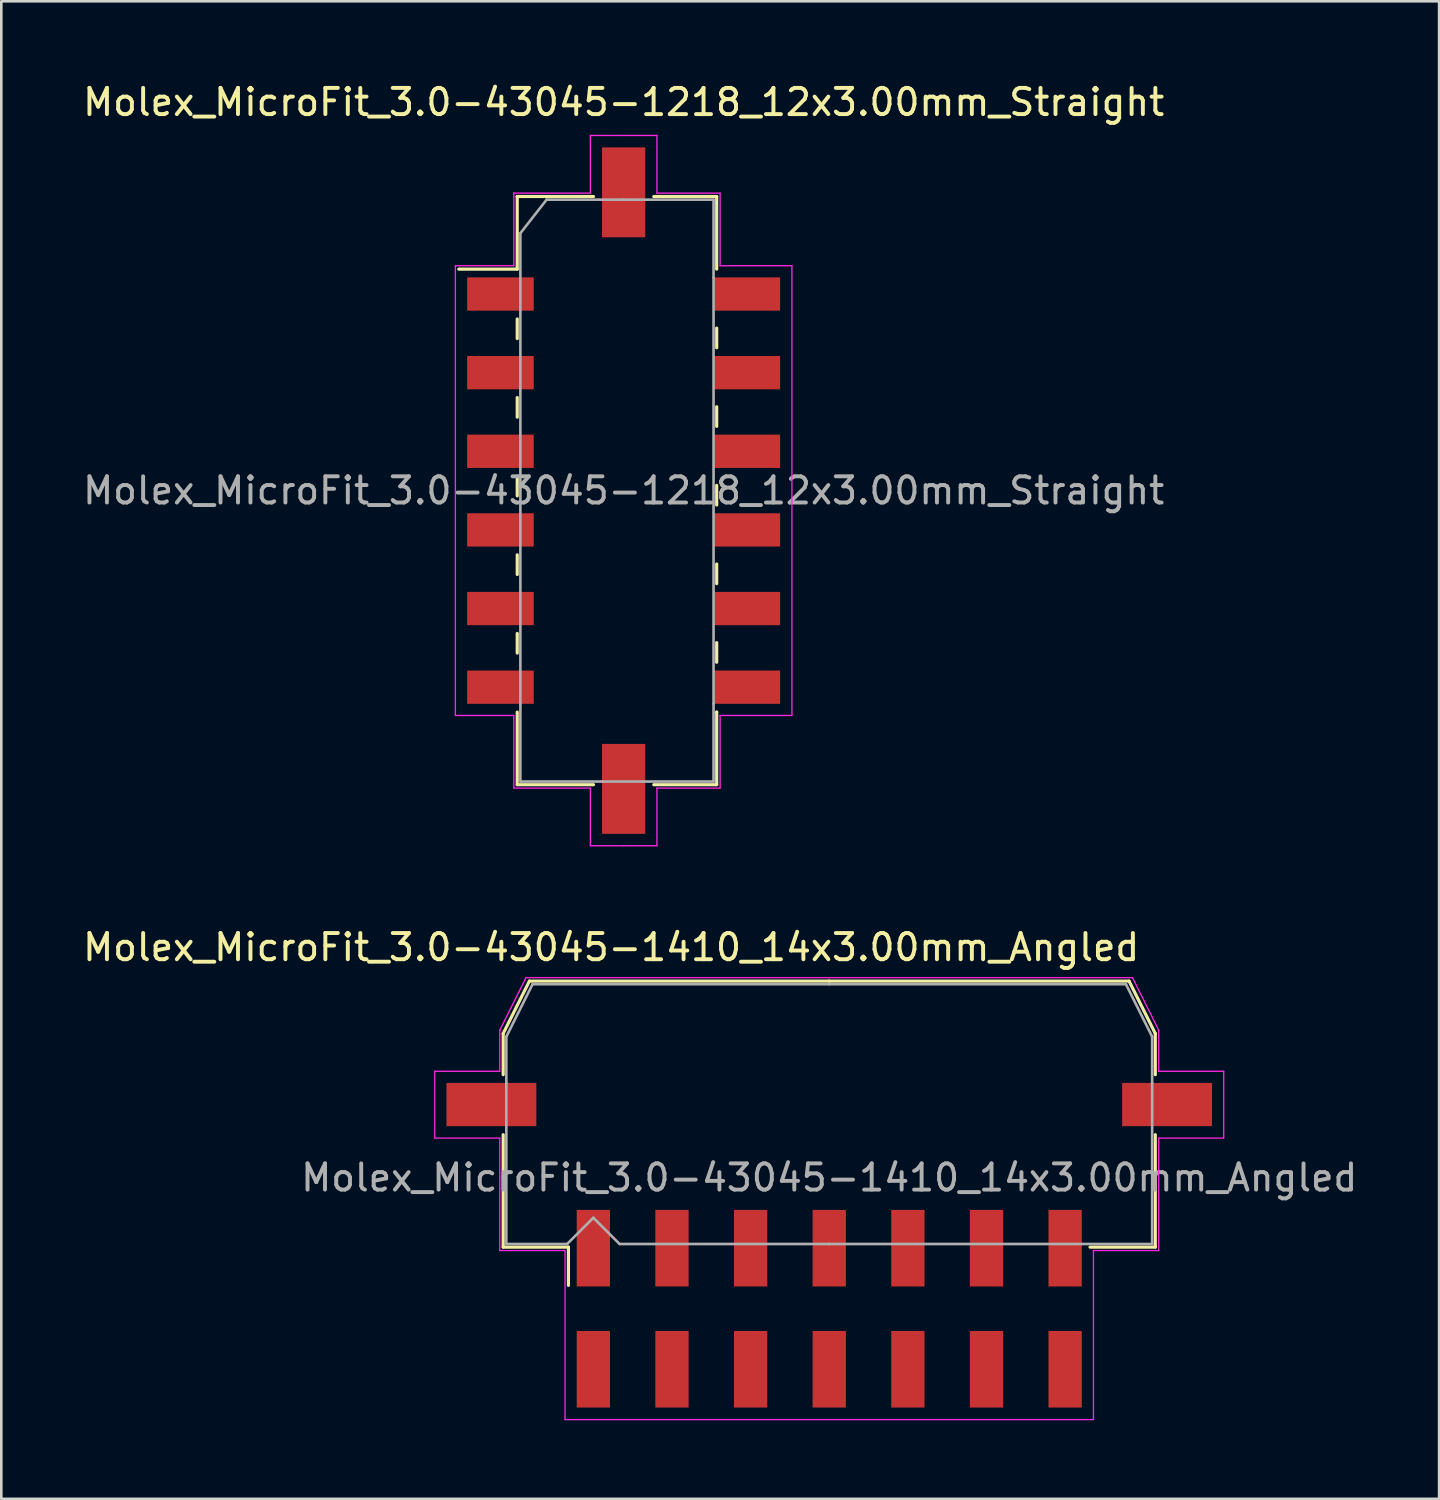
<source format=kicad_pcb>
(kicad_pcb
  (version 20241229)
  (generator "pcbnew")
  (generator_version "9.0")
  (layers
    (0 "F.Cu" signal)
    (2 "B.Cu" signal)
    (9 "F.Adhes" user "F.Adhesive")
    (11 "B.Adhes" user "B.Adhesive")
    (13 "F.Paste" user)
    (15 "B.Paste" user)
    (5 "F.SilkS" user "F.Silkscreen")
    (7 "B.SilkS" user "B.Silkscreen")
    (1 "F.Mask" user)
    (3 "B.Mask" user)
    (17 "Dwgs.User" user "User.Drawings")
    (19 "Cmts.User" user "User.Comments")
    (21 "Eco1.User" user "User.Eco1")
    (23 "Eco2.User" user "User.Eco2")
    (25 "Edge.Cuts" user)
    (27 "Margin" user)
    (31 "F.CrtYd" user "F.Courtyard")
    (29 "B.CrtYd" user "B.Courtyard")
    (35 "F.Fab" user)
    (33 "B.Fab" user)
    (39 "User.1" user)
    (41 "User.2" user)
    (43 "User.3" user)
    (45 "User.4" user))
  (footprint "Molex_MicroFit_3.0-43045-1218_12x3.00mm_Straight"
    (layer "F.Cu")
    (at 20.744 15.668)
    (property "Reference" "Molex_MicroFit_3.0-43045-1218_12x3.00mm_Straight" (at 0 -14.82 0) (layer "F.SilkS") (effects (font (size 1 1) (thickness 0.15))))
    (attr smd)
    (fp_line (start -6.29 -8.45) (end -4.06 -8.45) (stroke (width 0.12) (type solid)) (layer "F.SilkS"))
    (fp_line (start -4.06 -11.22) (end -4.06 -11.22) (stroke (width 0.12) (type solid)) (layer "F.SilkS"))
    (fp_line (start -4.06 -11.22) (end -1.15 -11.22) (stroke (width 0.12) (type solid)) (layer "F.SilkS"))
    (fp_line (start -4.06 -8.45) (end -4.06 -11.22) (stroke (width 0.12) (type solid)) (layer "F.SilkS"))
    (fp_line (start -4.06 -6.55) (end -4.06 -5.8) (stroke (width 0.12) (type solid)) (layer "F.SilkS"))
    (fp_line (start -4.06 -3.55) (end -4.06 -2.8) (stroke (width 0.12) (type solid)) (layer "F.SilkS"))
    (fp_line (start -4.06 -0.55) (end -4.06 0.2) (stroke (width 0.12) (type solid)) (layer "F.SilkS"))
    (fp_line (start -4.06 2.45) (end -4.06 3.2) (stroke (width 0.12) (type solid)) (layer "F.SilkS"))
    (fp_line (start -4.06 5.45) (end -4.06 6.2) (stroke (width 0.12) (type solid)) (layer "F.SilkS"))
    (fp_line (start -4.06 11.22) (end -4.06 8.45) (stroke (width 0.12) (type solid)) (layer "F.SilkS"))
    (fp_line (start -1.15 11.22) (end -4.06 11.22) (stroke (width 0.12) (type solid)) (layer "F.SilkS"))
    (fp_line (start 1.15 -11.22) (end 3.55 -11.22) (stroke (width 0.12) (type solid)) (layer "F.SilkS"))
    (fp_line (start 3.55 -11.22) (end 3.55 -8.45) (stroke (width 0.12) (type solid)) (layer "F.SilkS"))
    (fp_line (start 3.55 -5.45) (end 3.55 -6.2) (stroke (width 0.12) (type solid)) (layer "F.SilkS"))
    (fp_line (start 3.55 -2.45) (end 3.55 -3.2) (stroke (width 0.12) (type solid)) (layer "F.SilkS"))
    (fp_line (start 3.55 0.55) (end 3.55 -0.2) (stroke (width 0.12) (type solid)) (layer "F.SilkS"))
    (fp_line (start 3.55 3.55) (end 3.55 2.8) (stroke (width 0.12) (type solid)) (layer "F.SilkS"))
    (fp_line (start 3.55 6.55) (end 3.55 5.8) (stroke (width 0.12) (type solid)) (layer "F.SilkS"))
    (fp_line (start 3.55 8.45) (end 3.55 8.45) (stroke (width 0.12) (type solid)) (layer "F.SilkS"))
    (fp_line (start 3.55 8.45) (end 3.55 11.22) (stroke (width 0.12) (type solid)) (layer "F.SilkS"))
    (fp_line (start 3.55 11.22) (end 1.15 11.22) (stroke (width 0.12) (type solid)) (layer "F.SilkS"))
    (fp_line (start -6.42 -8.58) (end -4.19 -8.58) (stroke (width 0.05) (type solid)) (layer "F.CrtYd"))
    (fp_line (start -6.42 8.58) (end -6.42 -8.58) (stroke (width 0.05) (type solid)) (layer "F.CrtYd"))
    (fp_line (start -4.19 -11.35) (end -4.19 -11.35) (stroke (width 0.05) (type solid)) (layer "F.CrtYd"))
    (fp_line (start -4.19 -11.35) (end -1.27 -11.35) (stroke (width 0.05) (type solid)) (layer "F.CrtYd"))
    (fp_line (start -4.19 -8.58) (end -4.19 -11.35) (stroke (width 0.05) (type solid)) (layer "F.CrtYd"))
    (fp_line (start -4.19 8.58) (end -6.42 8.58) (stroke (width 0.05) (type solid)) (layer "F.CrtYd"))
    (fp_line (start -4.19 11.35) (end -4.19 8.58) (stroke (width 0.05) (type solid)) (layer "F.CrtYd"))
    (fp_line (start -1.27 -13.55) (end 0 -13.55) (stroke (width 0.05) (type solid)) (layer "F.CrtYd"))
    (fp_line (start -1.27 -11.35) (end -1.27 -13.55) (stroke (width 0.05) (type solid)) (layer "F.CrtYd"))
    (fp_line (start -1.27 11.35) (end -4.19 11.35) (stroke (width 0.05) (type solid)) (layer "F.CrtYd"))
    (fp_line (start -1.27 13.55) (end -1.27 11.35) (stroke (width 0.05) (type solid)) (layer "F.CrtYd"))
    (fp_line (start 0 -13.55) (end 1.27 -13.55) (stroke (width 0.05) (type solid)) (layer "F.CrtYd"))
    (fp_line (start 0 13.55) (end -1.27 13.55) (stroke (width 0.05) (type solid)) (layer "F.CrtYd"))
    (fp_line (start 1.27 -13.55) (end 1.27 -11.35) (stroke (width 0.05) (type solid)) (layer "F.CrtYd"))
    (fp_line (start 1.27 -11.35) (end 3.68 -11.35) (stroke (width 0.05) (type solid)) (layer "F.CrtYd"))
    (fp_line (start 1.27 11.35) (end 1.27 13.55) (stroke (width 0.05) (type solid)) (layer "F.CrtYd"))
    (fp_line (start 1.27 13.55) (end 0 13.55) (stroke (width 0.05) (type solid)) (layer "F.CrtYd"))
    (fp_line (start 3.68 -11.35) (end 3.68 -8.58) (stroke (width 0.05) (type solid)) (layer "F.CrtYd"))
    (fp_line (start 3.68 -8.58) (end 6.42 -8.58) (stroke (width 0.05) (type solid)) (layer "F.CrtYd"))
    (fp_line (start 3.68 8.58) (end 3.68 8.58) (stroke (width 0.05) (type solid)) (layer "F.CrtYd"))
    (fp_line (start 3.68 8.58) (end 3.68 11.35) (stroke (width 0.05) (type solid)) (layer "F.CrtYd"))
    (fp_line (start 3.68 11.35) (end 1.27 11.35) (stroke (width 0.05) (type solid)) (layer "F.CrtYd"))
    (fp_line (start 6.42 -8.58) (end 6.42 8.58) (stroke (width 0.05) (type solid)) (layer "F.CrtYd"))
    (fp_line (start 6.42 8.58) (end 3.68 8.58) (stroke (width 0.05) (type solid)) (layer "F.CrtYd"))
    (fp_line (start -3.94 -9.82) (end -2.94 -11.1) (stroke (width 0.1) (type solid)) (layer "F.Fab"))
    (fp_line (start -3.94 8.13) (end -3.94 -9.82) (stroke (width 0.1) (type solid)) (layer "F.Fab"))
    (fp_line (start -3.94 11.1) (end -3.94 8.13) (stroke (width 0.1) (type solid)) (layer "F.Fab"))
    (fp_line (start -2.94 -11.1) (end 0 -11.1) (stroke (width 0.1) (type solid)) (layer "F.Fab"))
    (fp_line (start -0.82 11.1) (end -3.94 11.1) (stroke (width 0.1) (type solid)) (layer "F.Fab"))
    (fp_line (start 0 -11.1) (end 3.43 -11.1) (stroke (width 0.1) (type solid)) (layer "F.Fab"))
    (fp_line (start 3.43 -11.1) (end 3.43 -8.13) (stroke (width 0.1) (type solid)) (layer "F.Fab"))
    (fp_line (start 3.43 -8.13) (end 3.43 8.13) (stroke (width 0.1) (type solid)) (layer "F.Fab"))
    (fp_line (start 3.43 8.13) (end 3.43 11.1) (stroke (width 0.1) (type solid)) (layer "F.Fab"))
    (fp_line (start 3.43 11.1) (end -0.82 11.1) (stroke (width 0.1) (type solid)) (layer "F.Fab"))
    (fp_text user "${REFERENCE}" (at 0 0 0) (layer "F.Fab") (effects (font (size 1 1) (thickness 0.15))))
    (pad "" smd rect (at 0 -11.38) (size 1.65 3.43) (layers "F.Cu" "F.Mask" "F.Paste"))
    (pad "" smd rect (at 0 11.38) (size 1.65 3.43) (layers "F.Cu" "F.Mask" "F.Paste"))
    (pad "1" smd rect (at -4.7 -7.5) (size 2.54 1.27) (layers "F.Cu" "F.Mask" "F.Paste"))
    (pad "2" smd rect (at -4.7 -4.5) (size 2.54 1.27) (layers "F.Cu" "F.Mask" "F.Paste"))
    (pad "3" smd rect (at -4.7 -1.5) (size 2.54 1.27) (layers "F.Cu" "F.Mask" "F.Paste"))
    (pad "4" smd rect (at -4.7 1.5) (size 2.54 1.27) (layers "F.Cu" "F.Mask" "F.Paste"))
    (pad "5" smd rect (at -4.7 4.5) (size 2.54 1.27) (layers "F.Cu" "F.Mask" "F.Paste"))
    (pad "6" smd rect (at -4.7 7.5) (size 2.54 1.27) (layers "F.Cu" "F.Mask" "F.Paste"))
    (pad "7" smd rect (at 4.7 7.5) (size 2.54 1.27) (layers "F.Cu" "F.Mask" "F.Paste"))
    (pad "8" smd rect (at 4.7 4.5) (size 2.54 1.27) (layers "F.Cu" "F.Mask" "F.Paste"))
    (pad "9" smd rect (at 4.7 1.5) (size 2.54 1.27) (layers "F.Cu" "F.Mask" "F.Paste"))
    (pad "10" smd rect (at 4.7 -1.5) (size 2.54 1.27) (layers "F.Cu" "F.Mask" "F.Paste"))
    (pad "11" smd rect (at 4.7 -4.5) (size 2.54 1.27) (layers "F.Cu" "F.Mask" "F.Paste"))
    (pad "12" smd rect (at 4.7 -7.5) (size 2.54 1.27) (layers "F.Cu" "F.Mask" "F.Paste")))
  (footprint "Molex_MicroFit_3.0-43045-1410_14x3.00mm_Angled"
    (layer "F.Cu")
    (at 28.588 46.882)
    (property "Reference" "Molex_MicroFit_3.0-43045-1410_14x3.00mm_Angled" (at -8.32 -13.79 0) (layer "F.SilkS") (effects (font (size 1 1) (thickness 0.15))))
    (attr smd)
    (fp_line (start -12.44 -10.5) (end -12.44 -8.93) (stroke (width 0.12) (type solid)) (layer "F.SilkS"))
    (fp_line (start -12.44 -6.64) (end -12.44 -2.35) (stroke (width 0.12) (type solid)) (layer "F.SilkS"))
    (fp_line (start -12.44 -2.35) (end -9.95 -2.35) (stroke (width 0.12) (type solid)) (layer "F.SilkS"))
    (fp_line (start -11.44 -12.5) (end -12.44 -10.5) (stroke (width 0.12) (type solid)) (layer "F.SilkS"))
    (fp_line (start -9.95 -2.35) (end -9.95 -0.89) (stroke (width 0.12) (type solid)) (layer "F.SilkS"))
    (fp_line (start 0 -12.5) (end -11.44 -12.5) (stroke (width 0.12) (type solid)) (layer "F.SilkS"))
    (fp_line (start 0 -12.5) (end 11.44 -12.5) (stroke (width 0.12) (type solid)) (layer "F.SilkS"))
    (fp_line (start 11.44 -12.5) (end 12.44 -10.5) (stroke (width 0.12) (type solid)) (layer "F.SilkS"))
    (fp_line (start 12.44 -10.5) (end 12.44 -8.93) (stroke (width 0.12) (type solid)) (layer "F.SilkS"))
    (fp_line (start 12.44 -6.64) (end 12.44 -2.35) (stroke (width 0.12) (type solid)) (layer "F.SilkS"))
    (fp_line (start 12.44 -2.35) (end 9.95 -2.35) (stroke (width 0.12) (type solid)) (layer "F.SilkS"))
    (fp_line (start -15.05 -9.06) (end -15.05 -6.51) (stroke (width 0.05) (type solid)) (layer "F.CrtYd"))
    (fp_line (start -15.05 -6.51) (end -12.57 -6.51) (stroke (width 0.05) (type solid)) (layer "F.CrtYd"))
    (fp_line (start -12.57 -10.63) (end -12.57 -9.06) (stroke (width 0.05) (type solid)) (layer "F.CrtYd"))
    (fp_line (start -12.57 -9.06) (end -15.05 -9.06) (stroke (width 0.05) (type solid)) (layer "F.CrtYd"))
    (fp_line (start -12.57 -6.51) (end -12.57 -2.22) (stroke (width 0.05) (type solid)) (layer "F.CrtYd"))
    (fp_line (start -12.57 -2.22) (end -10.08 -2.22) (stroke (width 0.05) (type solid)) (layer "F.CrtYd"))
    (fp_line (start -11.57 -12.63) (end -12.57 -10.63) (stroke (width 0.05) (type solid)) (layer "F.CrtYd"))
    (fp_line (start -10.08 -2.22) (end -10.08 4.23) (stroke (width 0.05) (type solid)) (layer "F.CrtYd"))
    (fp_line (start -10.08 4.23) (end 0 4.23) (stroke (width 0.05) (type solid)) (layer "F.CrtYd"))
    (fp_line (start 0 -12.63) (end -11.57 -12.63) (stroke (width 0.05) (type solid)) (layer "F.CrtYd"))
    (fp_line (start 0 -12.63) (end 11.57 -12.63) (stroke (width 0.05) (type solid)) (layer "F.CrtYd"))
    (fp_line (start 10.08 -2.22) (end 10.08 4.23) (stroke (width 0.05) (type solid)) (layer "F.CrtYd"))
    (fp_line (start 10.08 4.23) (end 0 4.23) (stroke (width 0.05) (type solid)) (layer "F.CrtYd"))
    (fp_line (start 11.57 -12.63) (end 12.57 -10.63) (stroke (width 0.05) (type solid)) (layer "F.CrtYd"))
    (fp_line (start 12.57 -10.63) (end 12.57 -9.06) (stroke (width 0.05) (type solid)) (layer "F.CrtYd"))
    (fp_line (start 12.57 -9.06) (end 15.05 -9.06) (stroke (width 0.05) (type solid)) (layer "F.CrtYd"))
    (fp_line (start 12.57 -6.51) (end 12.57 -2.22) (stroke (width 0.05) (type solid)) (layer "F.CrtYd"))
    (fp_line (start 12.57 -2.22) (end 10.08 -2.22) (stroke (width 0.05) (type solid)) (layer "F.CrtYd"))
    (fp_line (start 15.05 -9.06) (end 15.05 -6.51) (stroke (width 0.05) (type solid)) (layer "F.CrtYd"))
    (fp_line (start 15.05 -6.51) (end 12.57 -6.51) (stroke (width 0.05) (type solid)) (layer "F.CrtYd"))
    (fp_line (start -12.32 -10.38) (end -12.32 -8.61) (stroke (width 0.1) (type solid)) (layer "F.Fab"))
    (fp_line (start -12.32 -8.61) (end -12.32 -2.47) (stroke (width 0.1) (type solid)) (layer "F.Fab"))
    (fp_line (start -12.32 -2.47) (end -10 -2.47) (stroke (width 0.1) (type solid)) (layer "F.Fab"))
    (fp_line (start -11.32 -12.38) (end -12.32 -10.38) (stroke (width 0.1) (type solid)) (layer "F.Fab"))
    (fp_line (start -10 -2.47) (end -9 -3.47) (stroke (width 0.1) (type solid)) (layer "F.Fab"))
    (fp_line (start -9 -3.47) (end -8 -2.47) (stroke (width 0.1) (type solid)) (layer "F.Fab"))
    (fp_line (start -8 -2.47) (end 0 -2.47) (stroke (width 0.1) (type solid)) (layer "F.Fab"))
    (fp_line (start 0 -12.38) (end -11.32 -12.38) (stroke (width 0.1) (type solid)) (layer "F.Fab"))
    (fp_line (start 0 -12.38) (end 11.32 -12.38) (stroke (width 0.1) (type solid)) (layer "F.Fab"))
    (fp_line (start 9.63 -2.47) (end 0 -2.47) (stroke (width 0.1) (type solid)) (layer "F.Fab"))
    (fp_line (start 11.32 -12.38) (end 12.32 -10.38) (stroke (width 0.1) (type solid)) (layer "F.Fab"))
    (fp_line (start 12.32 -10.38) (end 12.32 -8.61) (stroke (width 0.1) (type solid)) (layer "F.Fab"))
    (fp_line (start 12.32 -8.61) (end 12.32 -2.47) (stroke (width 0.1) (type solid)) (layer "F.Fab"))
    (fp_line (start 12.32 -2.47) (end 9.63 -2.47) (stroke (width 0.1) (type solid)) (layer "F.Fab"))
    (fp_text user "${REFERENCE}" (at 0 -5 0) (layer "F.Fab") (effects (font (size 1 1) (thickness 0.15))))
    (pad "" smd rect (at -12.89 -7.79) (size 3.43 1.65) (layers "F.Cu" "F.Mask" "F.Paste"))
    (pad "" smd rect (at 12.89 -7.79) (size 3.43 1.65) (layers "F.Cu" "F.Mask" "F.Paste"))
    (pad "1" smd rect (at -9 -2.31) (size 1.27 2.92) (layers "F.Cu" "F.Mask" "F.Paste"))
    (pad "2" smd rect (at -6 -2.31) (size 1.27 2.92) (layers "F.Cu" "F.Mask" "F.Paste"))
    (pad "3" smd rect (at -3 -2.31) (size 1.27 2.92) (layers "F.Cu" "F.Mask" "F.Paste"))
    (pad "4" smd rect (at 0 -2.31) (size 1.27 2.92) (layers "F.Cu" "F.Mask" "F.Paste"))
    (pad "5" smd rect (at 3 -2.31) (size 1.27 2.92) (layers "F.Cu" "F.Mask" "F.Paste"))
    (pad "6" smd rect (at 6 -2.31) (size 1.27 2.92) (layers "F.Cu" "F.Mask" "F.Paste"))
    (pad "7" smd rect (at 9 -2.31) (size 1.27 2.92) (layers "F.Cu" "F.Mask" "F.Paste"))
    (pad "8" smd rect (at 9 2.31) (size 1.27 2.92) (layers "F.Cu" "F.Mask" "F.Paste"))
    (pad "9" smd rect (at 6 2.31) (size 1.27 2.92) (layers "F.Cu" "F.Mask" "F.Paste"))
    (pad "10" smd rect (at 3 2.31) (size 1.27 2.92) (layers "F.Cu" "F.Mask" "F.Paste"))
    (pad "11" smd rect (at 0 2.31) (size 1.27 2.92) (layers "F.Cu" "F.Mask" "F.Paste"))
    (pad "12" smd rect (at -3 2.31) (size 1.27 2.92) (layers "F.Cu" "F.Mask" "F.Paste"))
    (pad "13" smd rect (at -6 2.31) (size 1.27 2.92) (layers "F.Cu" "F.Mask" "F.Paste"))
    (pad "14" smd rect (at -9 2.31) (size 1.27 2.92) (layers "F.Cu" "F.Mask" "F.Paste")))
  (gr_rect
    (start -3 -3)
    (end 51.856 54.136)
    (stroke (width 0.1) (type default))
    (fill no)
    (layer "Edge.Cuts")))
</source>
